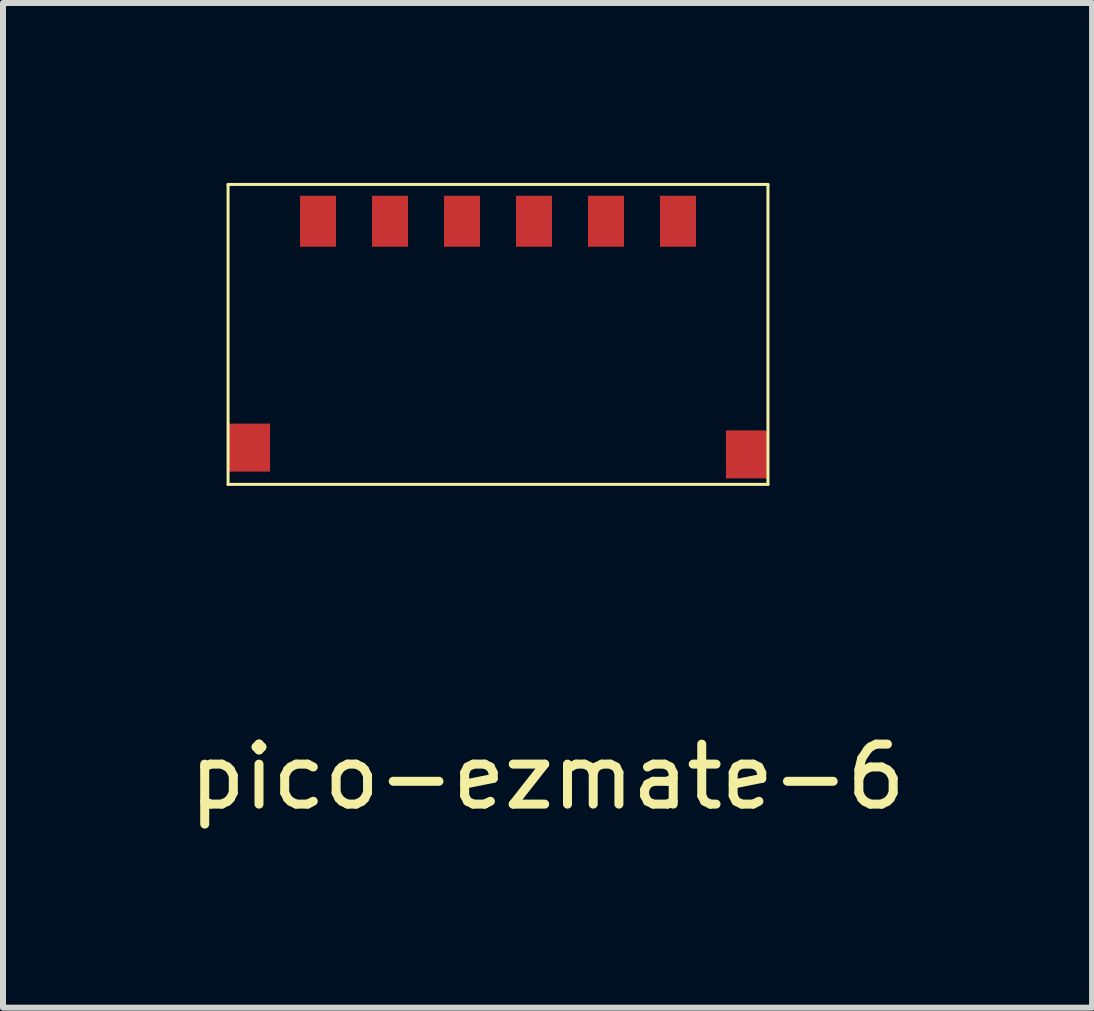
<source format=kicad_pcb>
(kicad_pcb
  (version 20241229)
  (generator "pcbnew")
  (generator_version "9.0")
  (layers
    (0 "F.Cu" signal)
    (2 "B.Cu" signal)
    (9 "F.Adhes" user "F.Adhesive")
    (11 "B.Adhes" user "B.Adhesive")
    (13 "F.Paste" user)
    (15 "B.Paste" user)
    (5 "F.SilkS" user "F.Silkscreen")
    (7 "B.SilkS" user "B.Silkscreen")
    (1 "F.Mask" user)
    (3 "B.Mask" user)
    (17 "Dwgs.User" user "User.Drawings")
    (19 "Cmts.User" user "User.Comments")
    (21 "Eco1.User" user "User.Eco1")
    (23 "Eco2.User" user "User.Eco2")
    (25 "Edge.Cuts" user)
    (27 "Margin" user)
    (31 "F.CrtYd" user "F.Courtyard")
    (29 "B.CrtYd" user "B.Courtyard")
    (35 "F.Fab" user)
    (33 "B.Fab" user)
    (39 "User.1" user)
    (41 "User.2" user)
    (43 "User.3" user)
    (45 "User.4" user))
  (footprint "pico-ezmate-6"
    (layer "F.Cu")
    (at 5.252 2.525)
    (property "Reference" "pico-ezmate-6" (at 0.825 7.375 0) (layer "F.SilkS") (effects (font (size 1 1) (thickness 0.15))))
    (attr through_hole)
    (fp_line (start -4.5 -2.5) (end 4.5 -2.5) (stroke (width 0.05) (type solid)) (layer "F.SilkS"))
    (fp_line (start -4.5 2.5) (end -4.5 -2.5) (stroke (width 0.05) (type solid)) (layer "F.SilkS"))
    (fp_line (start 4.5 -2.5) (end 4.5 2.5) (stroke (width 0.05) (type solid)) (layer "F.SilkS"))
    (fp_line (start 4.5 2.5) (end -4.5 2.5) (stroke (width 0.05) (type solid)) (layer "F.SilkS"))
    (pad "1" smd rect (at -3 -1.887) (size 0.6 0.85) (layers "F.Cu" "F.Mask" "F.Paste"))
    (pad "2" smd rect (at -1.8 -1.887) (size 0.6 0.85) (layers "F.Cu" "F.Mask" "F.Paste"))
    (pad "3" smd rect (at -0.6 -1.887) (size 0.6 0.85) (layers "F.Cu" "F.Mask" "F.Paste"))
    (pad "4" smd rect (at 0.6 -1.887) (size 0.6 0.85) (layers "F.Cu" "F.Mask" "F.Paste"))
    (pad "5" smd rect (at 1.8 -1.887) (size 0.6 0.85) (layers "F.Cu" "F.Mask" "F.Paste"))
    (pad "6" smd rect (at 3 -1.887) (size 0.6 0.85) (layers "F.Cu" "F.Mask" "F.Paste"))
    (pad "P" smd rect (at -4.15 1.887) (size 0.7 0.8) (layers "F.Cu" "F.Mask" "F.Paste"))
    (pad "P" smd rect (at 4.15 2) (size 0.7 0.8) (layers "F.Cu" "F.Mask" "F.Paste")))
  (gr_rect
    (start -3 -3)
    (end 15.155 13.748)
    (stroke (width 0.1) (type default))
    (fill no)
    (layer "Edge.Cuts")))
</source>
